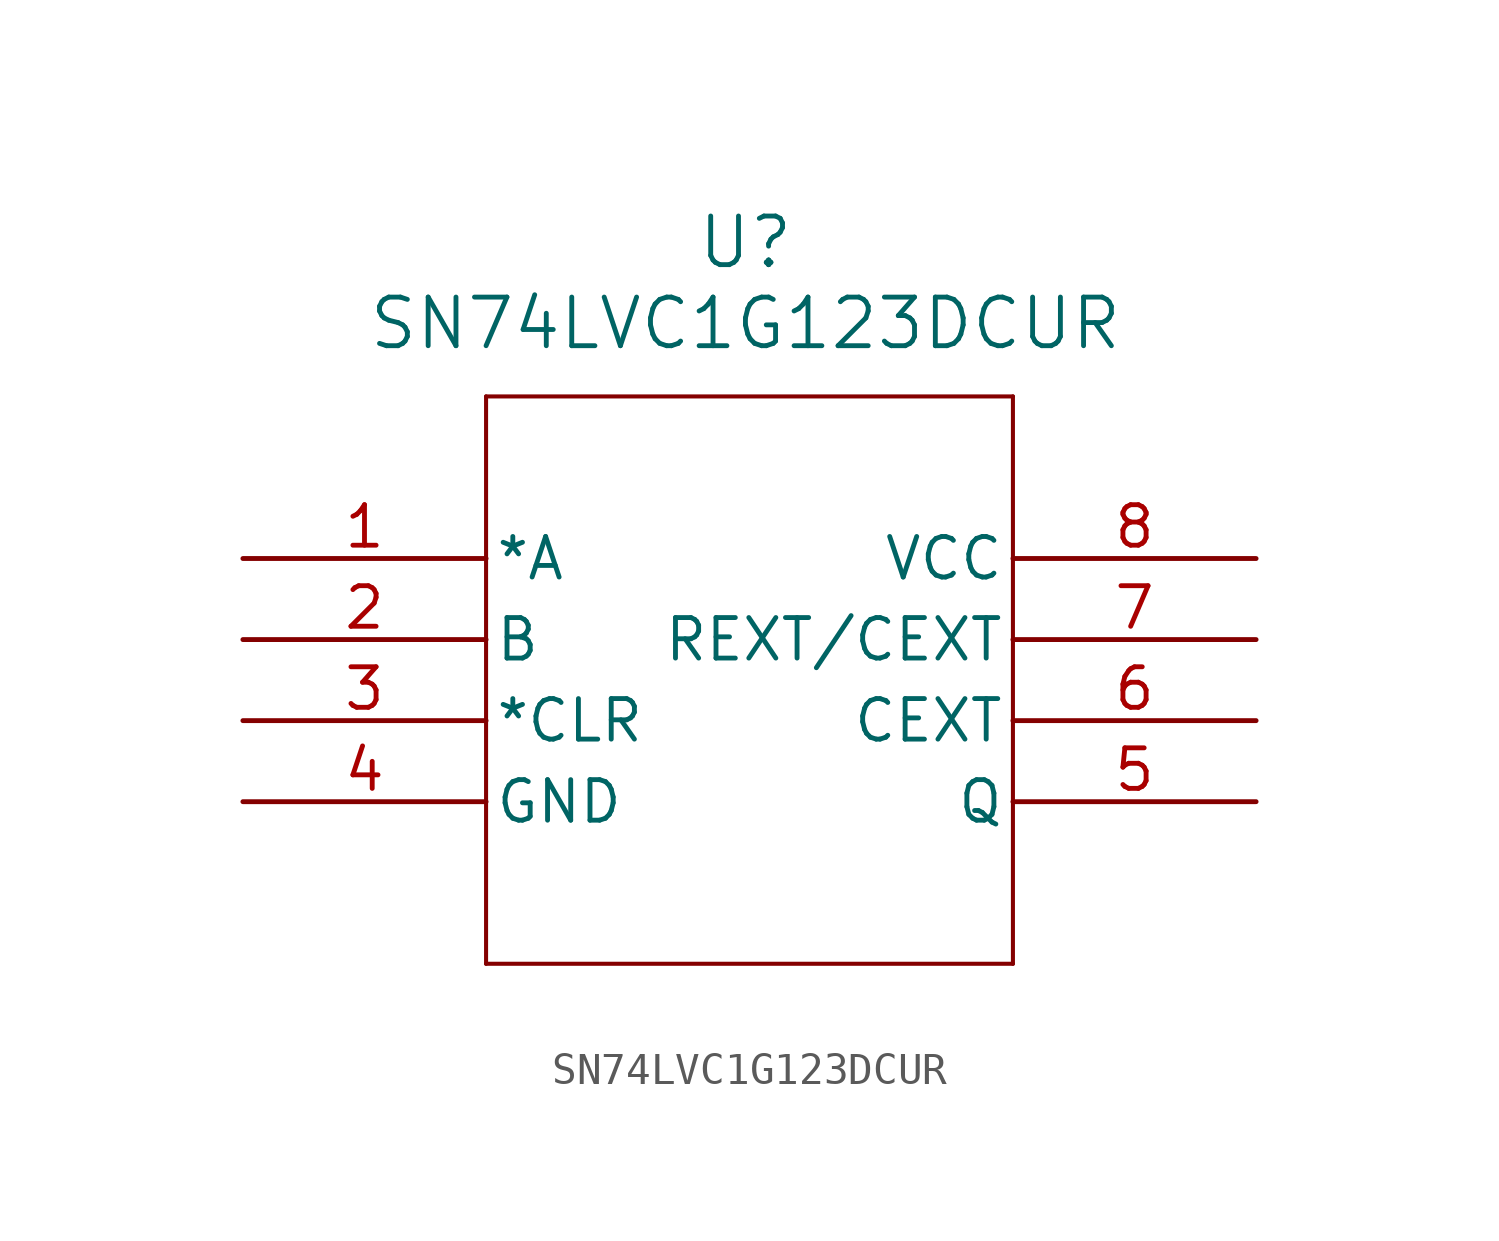
<source format=kicad_sym>
(kicad_symbol_lib
  (version 20231120)
  (generator "kicad_symbol_editor")
  (generator_version "8.0")
  (symbol "SN74LVC1G123DCUR"
    (pin_names
      (offset 0.254))
    (property "Reference" "U"
      (at 15.748 9.906 0)
      (effects (font (size 1.524 1.524))))
    (property "Value" "SN74LVC1G123DCUR"
      (at 15.748 7.366 0)
      (effects (font (size 1.524 1.524))))
    (property "ki_locked" ""
      (at 0 0 0)
      (effects (font (size 1.27 1.27))))
    (symbol "SN74LVC1G123DCUR_0_1"
      (polyline (pts (xy 7.62 -12.7) (xy 24.13 -12.7)) (stroke (width 0.127) (type default)) (fill (type none)))
      (polyline (pts (xy 7.62 5.08) (xy 7.62 -12.7)) (stroke (width 0.127) (type default)) (fill (type none)))
      (polyline (pts (xy 24.13 -12.7) (xy 24.13 5.08)) (stroke (width 0.127) (type default)) (fill (type none)))
      (polyline (pts (xy 24.13 5.08) (xy 7.62 5.08)) (stroke (width 0.127) (type default)) (fill (type none)))
      (pin input line (at 0 0 0) (length 7.62) (name "*A" (effects (font (size 1.27 1.27)))) (number "1" (effects (font (size 1.27 1.27)))))
      (pin input line (at 0 -2.54 0) (length 7.62) (name "B" (effects (font (size 1.27 1.27)))) (number "2" (effects (font (size 1.27 1.27)))))
      (pin input line (at 0 -5.08 0) (length 7.62) (name "*CLR" (effects (font (size 1.27 1.27)))) (number "3" (effects (font (size 1.27 1.27)))))
      (pin power_in line (at 0 -7.62 0) (length 7.62) (name "GND" (effects (font (size 1.27 1.27)))) (number "4" (effects (font (size 1.27 1.27)))))
      (pin output line (at 31.75 -7.62 180) (length 7.62) (name "Q" (effects (font (size 1.27 1.27)))) (number "5" (effects (font (size 1.27 1.27)))))
      (pin power_in line (at 31.75 0 180) (length 7.62) (name "VCC" (effects (font (size 1.27 1.27)))) (number "8" (effects (font (size 1.27 1.27))))))
    (symbol "SN74LVC1G123DCUR_1_1"
      (pin passive line (at 31.75 -5.08 180) (length 7.62) (name "CEXT" (effects (font (size 1.27 1.27)))) (number "6" (effects (font (size 1.27 1.27)))))
      (pin passive line (at 31.75 -2.54 180) (length 7.62) (name "REXT/CEXT" (effects (font (size 1.27 1.27)))) (number "7" (effects (font (size 1.27 1.27))))))))
</source>
